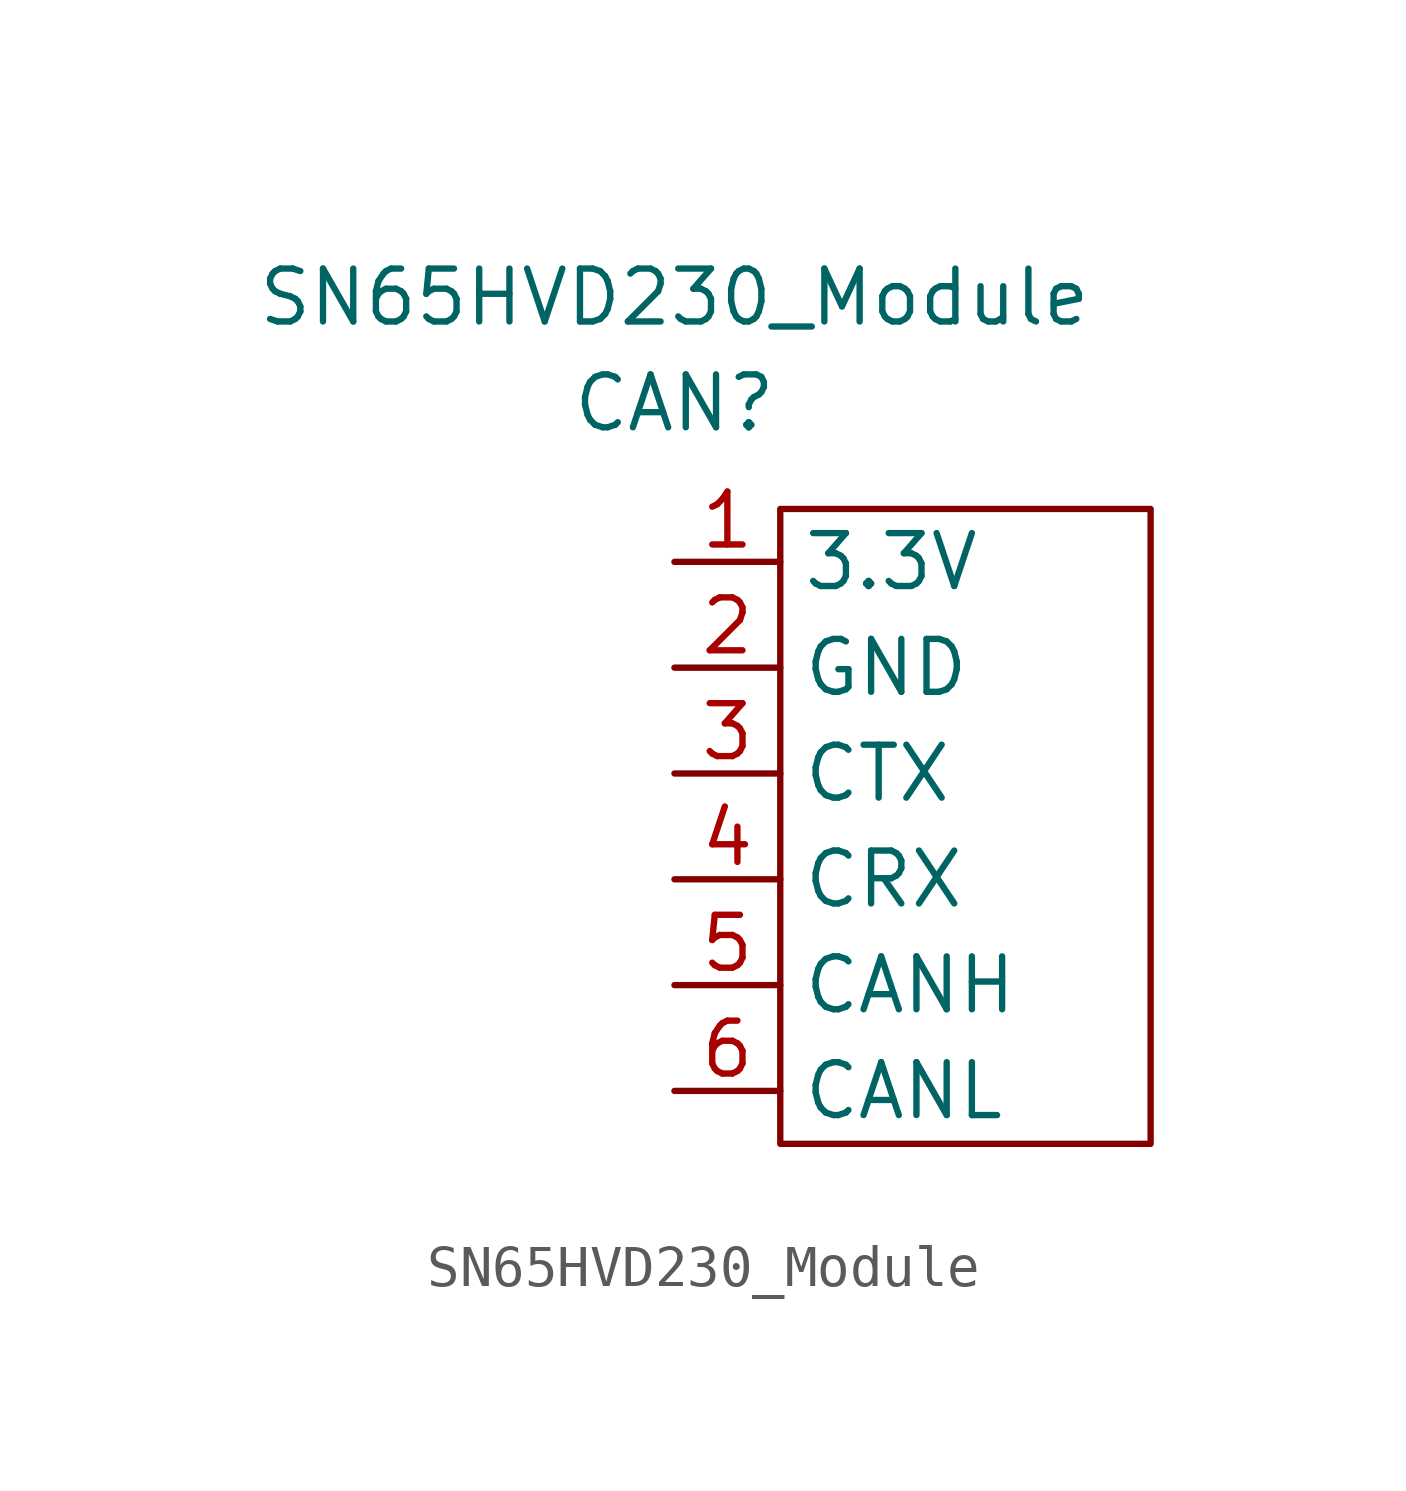
<source format=kicad_sym>
(kicad_symbol_lib
  (version 20211014)
  (generator kicad_symbol_editor)
  (symbol "SN65HVD230_Module"
    (property "Reference" "CAN"
      (at 0 2.54 0)
      (effects (font (size 1.27 1.27))))
    (property "Value" "SN65HVD230_Module"
      (at 0 5.08 0)
      (effects (font (size 1.27 1.27))))
    (symbol "SN65HVD230_Module_0_1"
      (rectangle (start 2.54 0) (end 11.43 -15.24) (stroke (width 0) (type default) (color 0 0 0 0)) (fill (type none))))
    (symbol "SN65HVD230_Module_1_1"
      (pin input line (at 0 -1.27 0) (length 2.54) (name "3.3V" (effects (font (size 1.27 1.27)))) (number "1" (effects (font (size 1.27 1.27)))))
      (pin input line (at 0 -3.81 0) (length 2.54) (name "GND" (effects (font (size 1.27 1.27)))) (number "2" (effects (font (size 1.27 1.27)))))
      (pin input line (at 0 -6.35 0) (length 2.54) (name "CTX" (effects (font (size 1.27 1.27)))) (number "3" (effects (font (size 1.27 1.27)))))
      (pin input line (at 0 -8.89 0) (length 2.54) (name "CRX" (effects (font (size 1.27 1.27)))) (number "4" (effects (font (size 1.27 1.27)))))
      (pin input line (at 0 -11.43 0) (length 2.54) (name "CANH" (effects (font (size 1.27 1.27)))) (number "5" (effects (font (size 1.27 1.27)))))
      (pin input line (at 0 -13.97 0) (length 2.54) (name "CANL" (effects (font (size 1.27 1.27)))) (number "6" (effects (font (size 1.27 1.27))))))))
</source>
